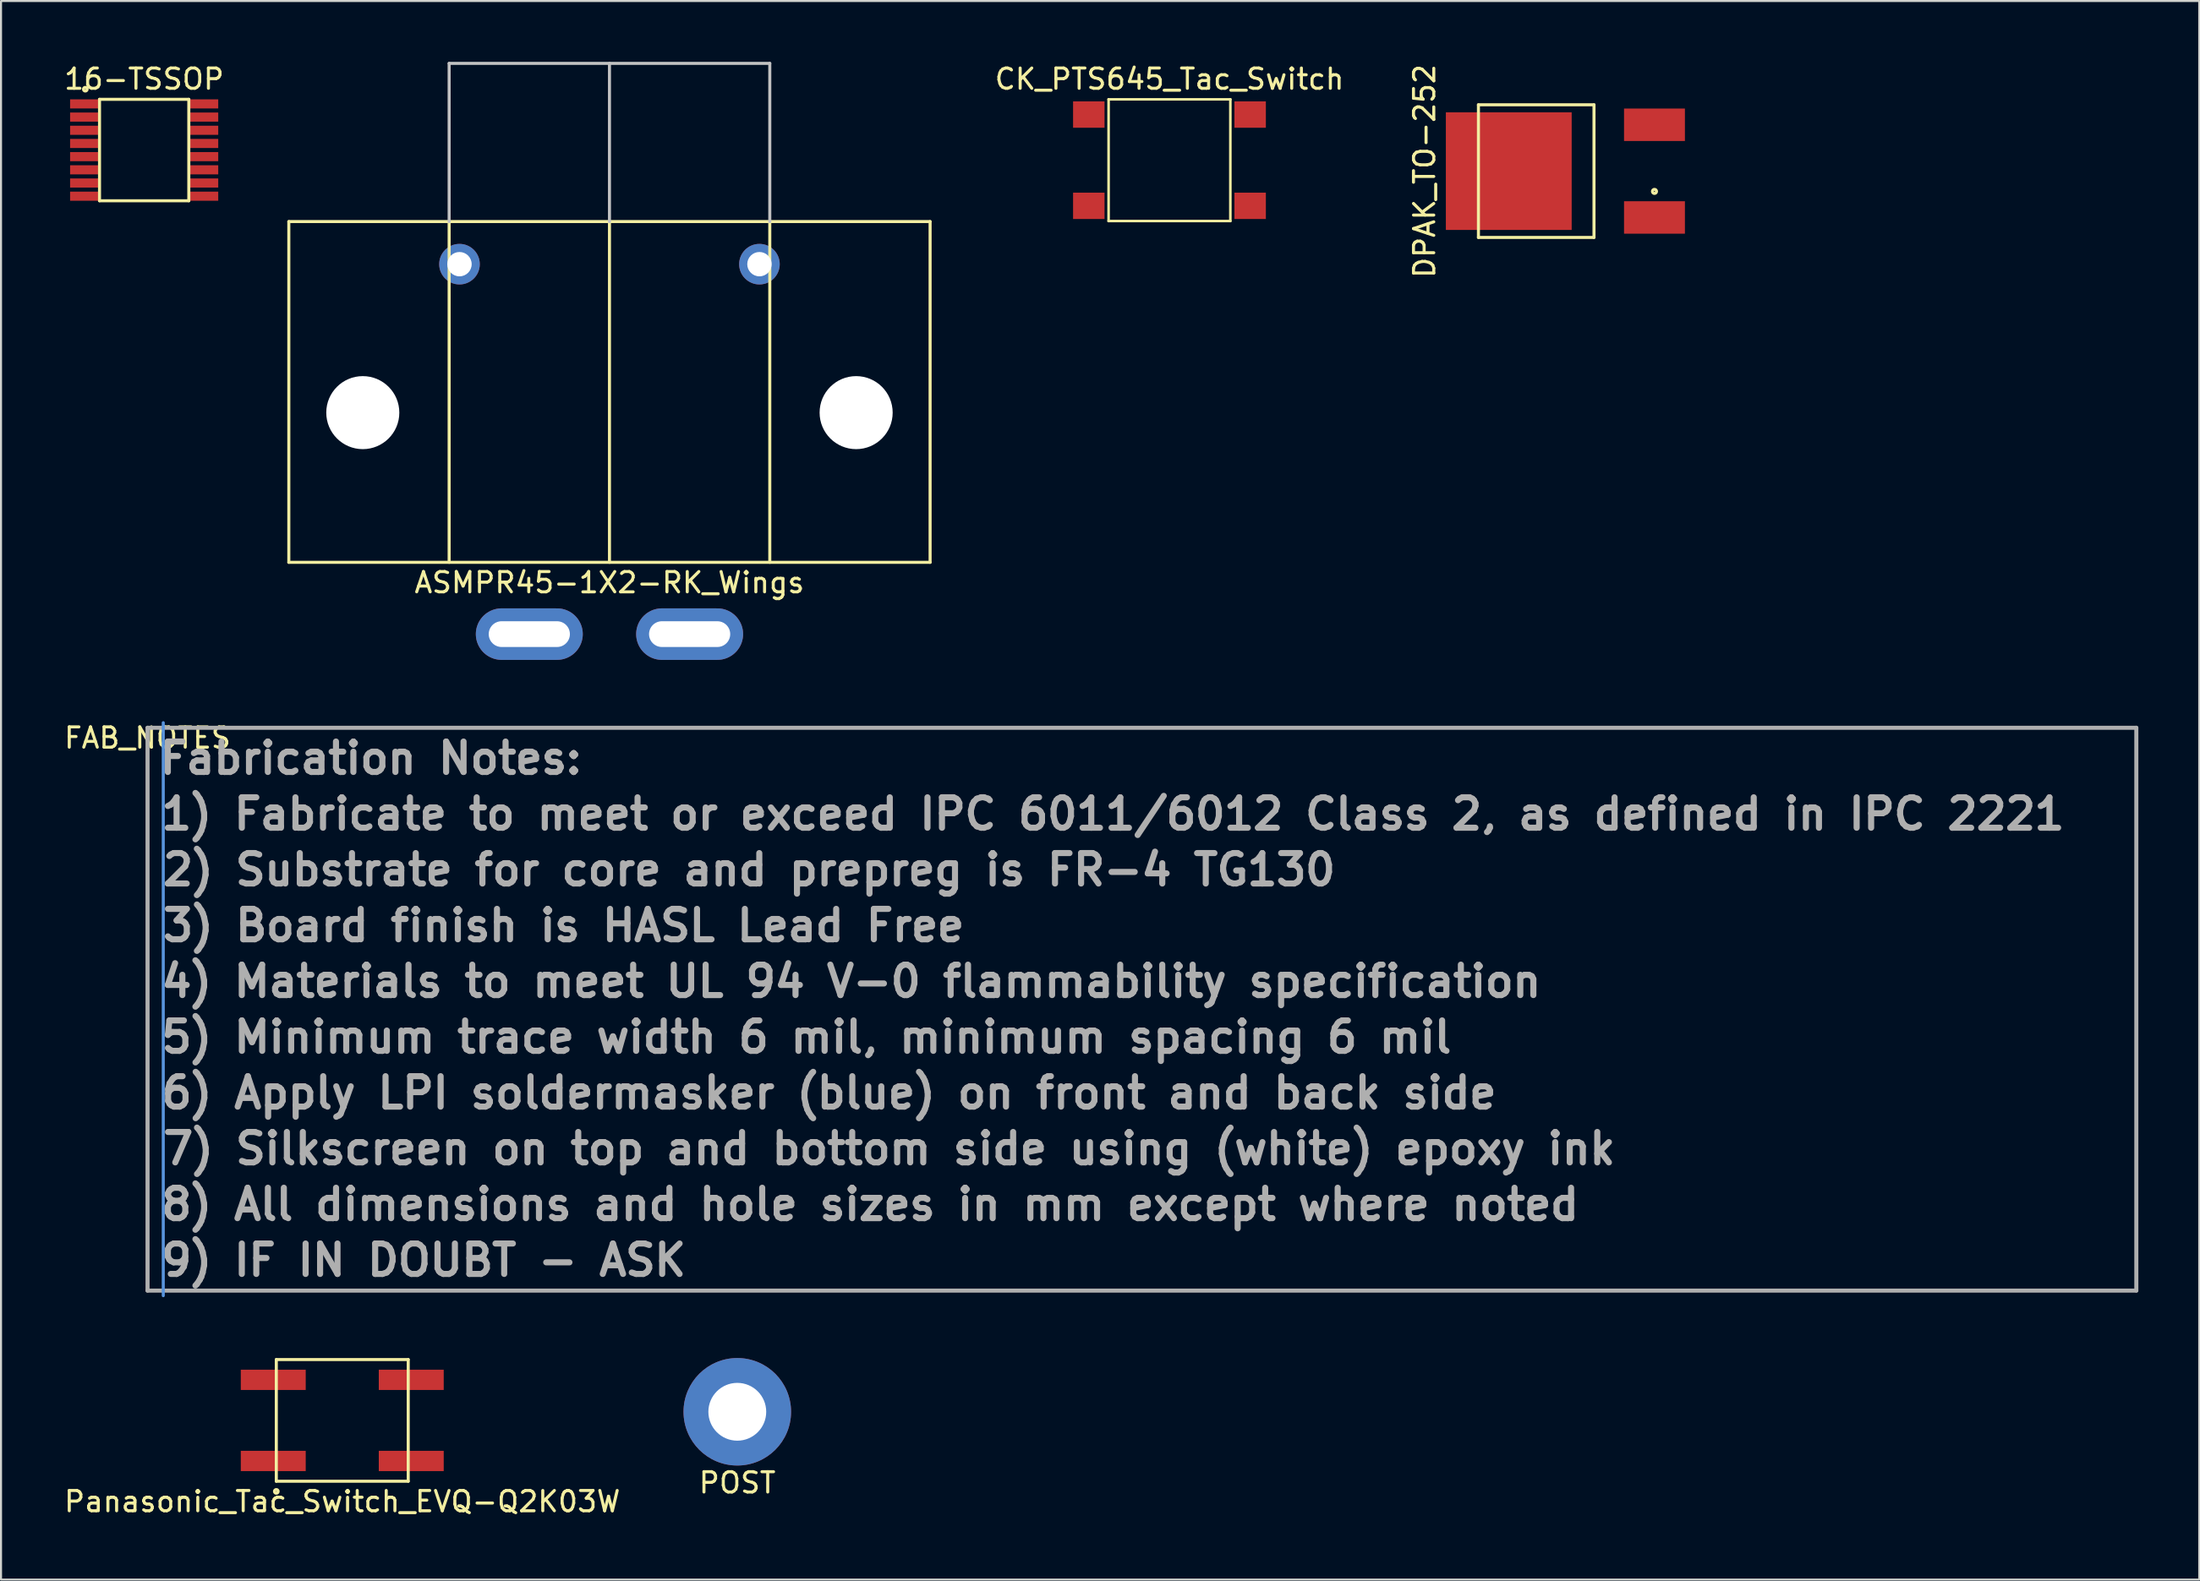
<source format=kicad_pcb>
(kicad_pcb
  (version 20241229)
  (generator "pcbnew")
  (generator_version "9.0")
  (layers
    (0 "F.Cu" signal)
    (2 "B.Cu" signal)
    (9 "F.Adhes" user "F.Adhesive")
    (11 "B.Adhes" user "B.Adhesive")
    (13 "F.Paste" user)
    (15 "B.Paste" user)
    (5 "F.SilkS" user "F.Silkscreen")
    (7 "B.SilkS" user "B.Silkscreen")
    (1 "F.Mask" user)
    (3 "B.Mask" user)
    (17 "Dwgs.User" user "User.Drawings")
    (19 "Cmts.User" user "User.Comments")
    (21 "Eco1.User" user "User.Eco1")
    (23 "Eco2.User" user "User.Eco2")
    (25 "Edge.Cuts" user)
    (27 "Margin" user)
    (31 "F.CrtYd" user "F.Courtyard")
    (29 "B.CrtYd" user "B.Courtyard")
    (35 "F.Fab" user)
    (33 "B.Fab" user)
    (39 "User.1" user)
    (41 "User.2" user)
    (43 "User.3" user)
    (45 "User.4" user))
  (footprint "16-TSSOP"
    (layer "F.Cu")
    (at 4.054 4.348)
    (property "Reference" "16-TSSOP" (at 0 -3.5 0) (layer "F.SilkS") (effects (font (size 1 1) (thickness 0.15))))
    (attr through_hole)
    (fp_line (start -2.2 -2.5) (end 2.2 -2.5) (stroke (width 0.15) (type solid)) (layer "F.SilkS"))
    (fp_line (start -2.2 2.5) (end -2.2 -2.5) (stroke (width 0.15) (type solid)) (layer "F.SilkS"))
    (fp_line (start 2.2 -2.5) (end 2.2 2.5) (stroke (width 0.15) (type solid)) (layer "F.SilkS"))
    (fp_line (start 2.2 2.5) (end -2.2 2.5) (stroke (width 0.15) (type solid)) (layer "F.SilkS"))
    (fp_circle (center -2.9 -3) (end -2.9 -2.91) (stroke (width 0.15) (type solid)) (fill no) (layer "F.SilkS"))
    (pad "1" smd rect (at -2.9 -2.275) (size 1.5 0.45) (layers "F.Cu" "F.Mask" "F.Paste"))
    (pad "2" smd rect (at -2.9 -1.625) (size 1.5 0.45) (layers "F.Cu" "F.Mask" "F.Paste"))
    (pad "3" smd rect (at -2.9 -0.975) (size 1.5 0.45) (layers "F.Cu" "F.Mask" "F.Paste"))
    (pad "4" smd rect (at -2.9 -0.325) (size 1.5 0.45) (layers "F.Cu" "F.Mask" "F.Paste"))
    (pad "5" smd rect (at -2.9 0.325) (size 1.5 0.45) (layers "F.Cu" "F.Mask" "F.Paste"))
    (pad "6" smd rect (at -2.9 0.975) (size 1.5 0.45) (layers "F.Cu" "F.Mask" "F.Paste"))
    (pad "7" smd rect (at -2.9 1.625) (size 1.5 0.45) (layers "F.Cu" "F.Mask" "F.Paste"))
    (pad "8" smd rect (at -2.9 2.275) (size 1.5 0.45) (layers "F.Cu" "F.Mask" "F.Paste"))
    (pad "9" smd rect (at 2.9 2.275) (size 1.5 0.45) (layers "F.Cu" "F.Mask" "F.Paste"))
    (pad "10" smd rect (at 2.9 1.625) (size 1.5 0.45) (layers "F.Cu" "F.Mask" "F.Paste"))
    (pad "11" smd rect (at 2.9 0.975) (size 1.5 0.45) (layers "F.Cu" "F.Mask" "F.Paste"))
    (pad "12" smd rect (at 2.9 0.325) (size 1.5 0.45) (layers "F.Cu" "F.Mask" "F.Paste"))
    (pad "13" smd rect (at 2.9 -0.325) (size 1.5 0.45) (layers "F.Cu" "F.Mask" "F.Paste"))
    (pad "14" smd rect (at 2.9 -0.975) (size 1.5 0.45) (layers "F.Cu" "F.Mask" "F.Paste"))
    (pad "15" smd rect (at 2.9 -1.625) (size 1.5 0.45) (layers "F.Cu" "F.Mask" "F.Paste"))
    (pad "16" smd rect (at 2.9 -2.275) (size 1.5 0.45) (layers "F.Cu" "F.Mask" "F.Paste")))
  (footprint "Panasonic_Tac_Switch_EVQ-Q2K03W"
    (layer "F.Cu")
    (at 13.815 66.983)
    (property "Reference" "Panasonic_Tac_Switch_EVQ-Q2K03W" (at 0 4 0) (layer "F.SilkS") (effects (font (size 1 1) (thickness 0.15))))
    (attr through_hole)
    (fp_line (start -3.25 -3) (end 3.25 -3) (stroke (width 0.15) (type solid)) (layer "F.SilkS"))
    (fp_line (start -3.25 3) (end -3.25 -3) (stroke (width 0.15) (type solid)) (layer "F.SilkS"))
    (fp_line (start 3.25 -3) (end 3.25 3) (stroke (width 0.15) (type solid)) (layer "F.SilkS"))
    (fp_line (start 3.25 3) (end -3.25 3) (stroke (width 0.15) (type solid)) (layer "F.SilkS"))
    (fp_circle (center -3.25 3.5) (end -3.175 3.55) (stroke (width 0.15) (type solid)) (fill no) (layer "F.SilkS"))
    (pad "1" smd rect (at -3.4 2) (size 3.2 1) (layers "F.Cu" "F.Mask" "F.Paste"))
    (pad "1" smd rect (at 3.4 2) (size 3.2 1) (layers "F.Cu" "F.Mask" "F.Paste"))
    (pad "2" smd rect (at -3.4 -2) (size 3.2 1) (layers "F.Cu" "F.Mask" "F.Paste"))
    (pad "2" smd rect (at 3.4 -2) (size 3.2 1) (layers "F.Cu" "F.Mask" "F.Paste")))
  (footprint "ASMPR45-1X2-RK_Wings"
    (layer "F.Cu")
    (at 26.982 24.675)
    (property "Reference" "ASMPR45-1X2-RK_Wings" (at 0 1 0) (layer "F.SilkS") (effects (font (size 1 1) (thickness 0.15))))
    (attr through_hole)
    (fp_line (start -15.8 -16.8) (end -15.8 0) (stroke (width 0.15) (type solid)) (layer "F.SilkS"))
    (fp_line (start -7.9 0) (end -7.9 -16.8) (stroke (width 0.15) (type solid)) (layer "F.SilkS"))
    (fp_line (start 0 -16.8) (end 0 0) (stroke (width 0.15) (type solid)) (layer "F.SilkS"))
    (fp_line (start 7.9 -16.8) (end 7.9 0) (stroke (width 0.15) (type solid)) (layer "F.SilkS"))
    (fp_line (start 15.8 -16.8) (end -15.8 -16.8) (stroke (width 0.15) (type solid)) (layer "F.SilkS"))
    (fp_line (start 15.8 -16.8) (end 15.8 0) (stroke (width 0.15) (type solid)) (layer "F.SilkS"))
    (fp_line (start 15.8 0) (end -15.8 0) (stroke (width 0.15) (type solid)) (layer "F.SilkS"))
    (fp_line (start -7.9 -24.6) (end -7.9 -16.8) (stroke (width 0.15) (type solid)) (layer "Dwgs.User"))
    (fp_line (start -7.9 -24.6) (end 7.9 -24.6) (stroke (width 0.15) (type solid)) (layer "Dwgs.User"))
    (fp_line (start 0 -24.6) (end 0 -16.8) (stroke (width 0.15) (type solid)) (layer "Dwgs.User"))
    (fp_line (start 7.9 -24.6) (end 7.9 -16.8) (stroke (width 0.15) (type solid)) (layer "Dwgs.User"))
    (pad "" np_thru_hole circle (at -12.155 -7.38) (size 3.6 3.6) (drill 3.6) (layers "*.Cu" "*.Mask"))
    (pad "" np_thru_hole circle (at -7.39 -14.7) (size 2 2) (drill 1.2) (layers "*.Cu" "*.Mask"))
    (pad "" np_thru_hole circle (at 7.39 -14.7) (size 2 2) (drill 1.2) (layers "*.Cu" "*.Mask"))
    (pad "" np_thru_hole circle (at 12.155 -7.38) (size 3.6 3.6) (drill 3.6) (layers "*.Cu" "*.Mask"))
    (pad "1" thru_hole oval (at -3.95 3.54) (size 5.27 2.54) (drill oval 4 1.27) (layers "*.Cu" "*.Mask"))
    (pad "2" thru_hole oval (at 3.95 3.54) (size 5.27 2.54) (drill oval 4 1.27) (layers "*.Cu" "*.Mask")))
  (footprint "CK_PTS645_Tac_Switch"
    (layer "F.Cu")
    (at 54.577 4.848)
    (property "Reference" "CK_PTS645_Tac_Switch" (at 0 -4 0) (layer "F.SilkS") (effects (font (size 1 1) (thickness 0.15))))
    (attr through_hole)
    (fp_line (start -3 -3) (end 3 -3) (stroke (width 0.127) (type solid)) (layer "F.SilkS"))
    (fp_line (start -3 3) (end -3 -3) (stroke (width 0.127) (type solid)) (layer "F.SilkS"))
    (fp_line (start 3 -3) (end 3 3) (stroke (width 0.127) (type solid)) (layer "F.SilkS"))
    (fp_line (start 3 3) (end -3 3) (stroke (width 0.127) (type solid)) (layer "F.SilkS"))
    (pad "1" smd rect (at -3.975 -2.25) (size 1.55 1.3) (layers "F.Cu" "F.Mask" "F.Paste"))
    (pad "1" smd rect (at 3.975 -2.25) (size 1.55 1.3) (layers "F.Cu" "F.Mask" "F.Paste"))
    (pad "2" smd rect (at -3.975 2.25) (size 1.55 1.3) (layers "F.Cu" "F.Mask" "F.Paste"))
    (pad "2" smd rect (at 3.975 2.25) (size 1.55 1.3) (layers "F.Cu" "F.Mask" "F.Paste")))
  (footprint "DPAK_TO-252"
    (layer "F.Cu")
    (at 74.396 5.387)
    (property "Reference" "DPAK_TO-252" (at -7.25 0 90) (layer "F.SilkS") (effects (font (size 1 1) (thickness 0.15))))
    (attr through_hole)
    (fp_line (start -4.595 -3.27) (end 1.1 -3.27) (stroke (width 0.15) (type solid)) (layer "F.SilkS"))
    (fp_line (start -4.595 3.27) (end -4.595 -3.27) (stroke (width 0.15) (type solid)) (layer "F.SilkS"))
    (fp_line (start 1.1 -3.27) (end 1.1 3.27) (stroke (width 0.15) (type solid)) (layer "F.SilkS"))
    (fp_line (start 1.1 3.27) (end -4.595 3.27) (stroke (width 0.15) (type solid)) (layer "F.SilkS"))
    (fp_circle (center 4.08 1) (end 4.08 1.1) (stroke (width 0.15) (type solid)) (fill no) (layer "F.SilkS"))
    (pad "1" smd rect (at 4.08 2.285) (size 3 1.6) (layers "F.Cu" "F.Mask" "F.Paste"))
    (pad "2" smd rect (at -3.1 0) (size 6.2 5.8) (layers "F.Cu" "F.Mask" "F.Paste"))
    (pad "3" smd rect (at 4.08 -2.285) (size 3 1.6) (layers "F.Cu" "F.Mask" "F.Paste")))
  (footprint "FAB_NOTES"
    (layer "F.Cu")
    (at 4.22 32.833)
    (property "Reference" "FAB_NOTES" (at 0 0.5 0) (layer "F.SilkS") (effects (font (size 1 1) (thickness 0.15))))
    (attr through_hole)
    (fp_line (start 0.775 -0.25) (end 0.775 28) (stroke (width 0.15) (type solid)) (layer "Cmts.User"))
    (fp_line (start 0 0) (end 98 0) (stroke (width 0.2) (type solid)) (layer "F.Fab"))
    (fp_line (start 0 27.75) (end 0 0) (stroke (width 0.2) (type solid)) (layer "F.Fab"))
    (fp_line (start 98 0) (end 98 27.75) (stroke (width 0.2) (type solid)) (layer "F.Fab"))
    (fp_line (start 98 27.75) (end 0 27.75) (stroke (width 0.2) (type solid)) (layer "F.Fab"))
    (fp_text user "2) Substrate for core and prepreg is FR-4 TG130" (at 29.645 7 0) (layer "F.Fab") (effects (font (size 1.5 1.5) (thickness 0.3))))
    (fp_text user "1) Fabricate to meet or exceed IPC 6011/6012 Class 2, as defined in IPC 2221" (at 47.575 4.25 0) (layer "F.Fab") (effects (font (size 1.5 1.5) (thickness 0.3))))
    (fp_text user "7) Silkscreen on top and bottom side using (white) epoxy ink" (at 36.545 20.75 0) (layer "F.Fab") (effects (font (size 1.5 1.5) (thickness 0.3))))
    (fp_text user "3) Board finish is HASL Lead Free" (at 20.505 9.75 0) (layer "F.Fab") (effects (font (size 1.5 1.5) (thickness 0.3))))
    (fp_text user "Fabrication Notes:" (at 11 1.5 0) (layer "F.Fab") (effects (font (size 1.5 1.5) (thickness 0.3))))
    (fp_text user "4) Materials to meet UL 94 V-0 flammability specification" (at 34.68 12.5 0) (layer "F.Fab") (effects (font (size 1.5 1.5) (thickness 0.3))))
    (fp_text user "9) IF IN DOUBT - ASK" (at 13.61 26.25 0) (layer "F.Fab") (effects (font (size 1.5 1.5) (thickness 0.3))))
    (fp_text user "5) Minimum trace width 6 mil, minimum spacing 6 mil" (at 32.47 15.25 0) (layer "F.Fab") (effects (font (size 1.5 1.5) (thickness 0.3))))
    (fp_text user "8) All dimensions and hole sizes in mm except where noted" (at 35.61 23.5 0) (layer "F.Fab") (effects (font (size 1.5 1.5) (thickness 0.3))))
    (fp_text user "6) Apply LPI soldermasker (blue) on front and back side" (at 33.585 18 0) (layer "F.Fab") (effects (font (size 1.5 1.5) (thickness 0.3)))))
  (footprint "POST"
    (layer "F.Cu")
    (at 33.281 66.558)
    (property "Reference" "POST" (at 0 3.5 0) (layer "F.SilkS") (effects (font (size 1 1) (thickness 0.15))))
    (attr through_hole)
    (pad "0" thru_hole circle (at 0 0) (size 5.3 5.3) (drill 2.85) (layers "*.Cu" "*.Mask")))
  (gr_rect
    (start -3 -3)
    (end 105.32 74.832)
    (stroke (width 0.1) (type default))
    (fill no)
    (layer "Edge.Cuts")))
</source>
